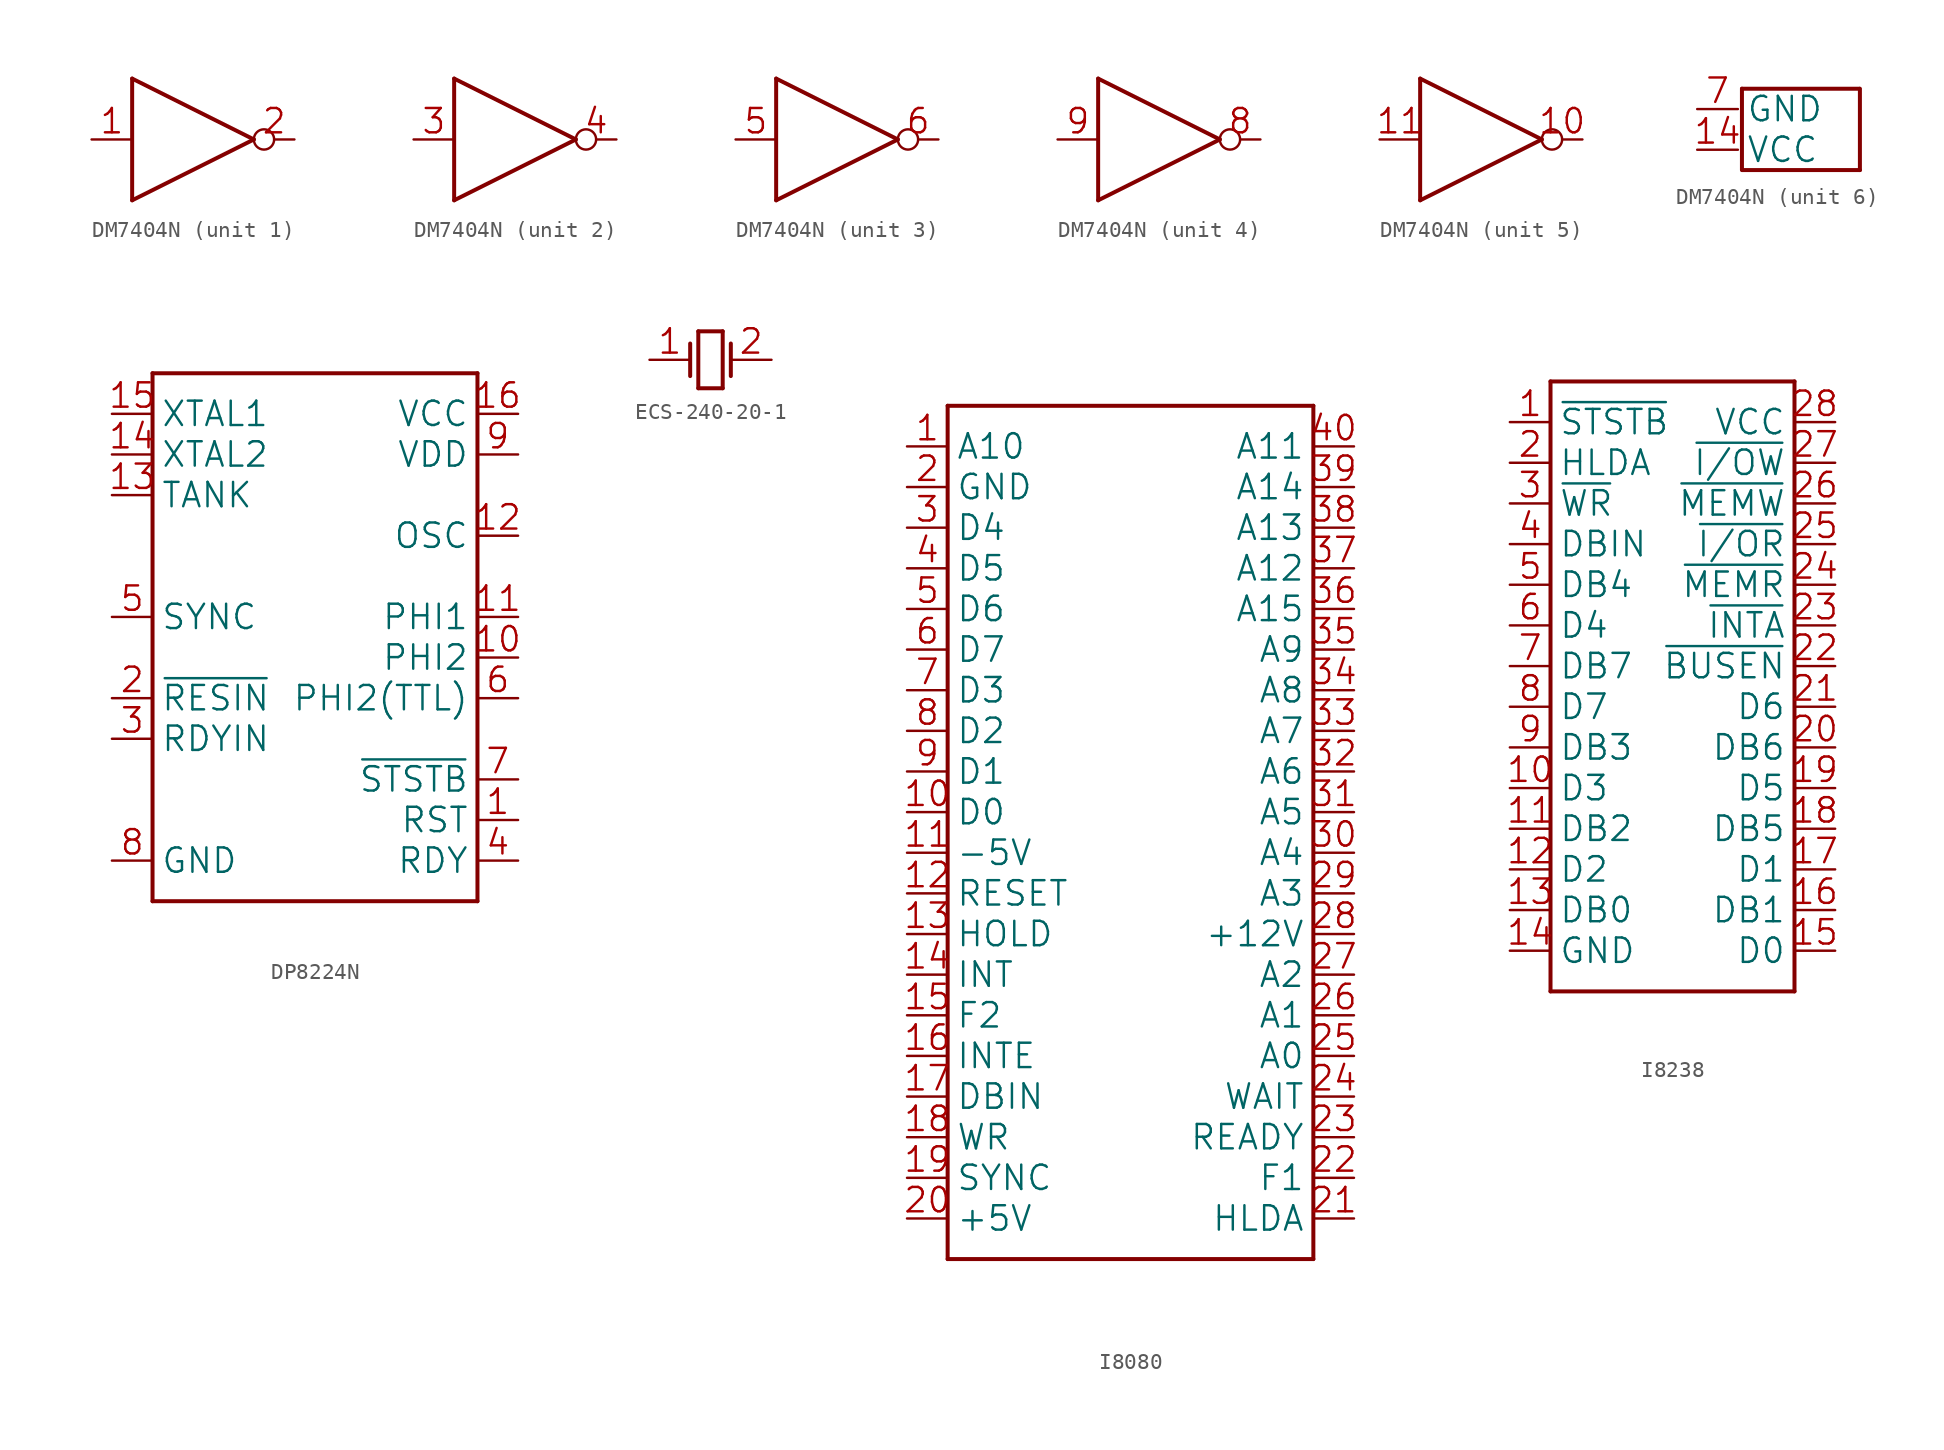
<source format=kicad_sym>
(kicad_symbol_lib
  (version 20241209)
  (generator "kicad_symbol_editor")
  (generator_version "9.0")
  (symbol "DM7404N"
    (property "Reference" "U"
      (at 0 0 0)
      (effects (font (size 1.27 1.27)) (hide yes)))
    (property "ki_locked" ""
      (at 0 0 0)
      (effects (font (size 1.27 1.27))))
    (symbol "DM7404N_1_0"
      (polyline (pts (xy -3.81 3.81) (xy 3.81 0)) (stroke (width 0.25) (type solid)) (fill (type none)))
      (polyline (pts (xy -3.81 -3.81) (xy -3.81 3.81)) (stroke (width 0.25) (type solid)) (fill (type none)))
      (polyline (pts (xy -3.81 -3.81) (xy 3.81 0)) (stroke (width 0.25) (type solid)) (fill (type none)))
      (pin input line (at -6.35 0 0) (length 2.54) (name "A" (effects (font (size 0 0)))) (number "1" (effects (font (size 1.524 1.524)))))
      (pin output inverted (at 6.35 0 180) (length 2.54) (name "Y" (effects (font (size 0 0)))) (number "2" (effects (font (size 1.524 1.524))))))
    (symbol "DM7404N_2_0"
      (polyline (pts (xy -3.81 3.81) (xy 3.81 0)) (stroke (width 0.25) (type solid)) (fill (type none)))
      (polyline (pts (xy -3.81 -3.81) (xy -3.81 3.81)) (stroke (width 0.25) (type solid)) (fill (type none)))
      (polyline (pts (xy -3.81 -3.81) (xy 3.81 0)) (stroke (width 0.25) (type solid)) (fill (type none)))
      (pin input line (at -6.35 0 0) (length 2.54) (name "A" (effects (font (size 0 0)))) (number "3" (effects (font (size 1.524 1.524)))))
      (pin output inverted (at 6.35 0 180) (length 2.54) (name "Y" (effects (font (size 0 0)))) (number "4" (effects (font (size 1.524 1.524))))))
    (symbol "DM7404N_3_0"
      (polyline (pts (xy -3.81 3.81) (xy 3.81 0)) (stroke (width 0.25) (type solid)) (fill (type none)))
      (polyline (pts (xy -3.81 -3.81) (xy -3.81 3.81)) (stroke (width 0.25) (type solid)) (fill (type none)))
      (polyline (pts (xy -3.81 -3.81) (xy 3.81 0)) (stroke (width 0.25) (type solid)) (fill (type none)))
      (pin input line (at -6.35 0 0) (length 2.54) (name "A" (effects (font (size 0 0)))) (number "5" (effects (font (size 1.524 1.524)))))
      (pin output inverted (at 6.35 0 180) (length 2.54) (name "Y" (effects (font (size 0 0)))) (number "6" (effects (font (size 1.524 1.524))))))
    (symbol "DM7404N_4_0"
      (polyline (pts (xy -3.81 3.81) (xy 3.81 0)) (stroke (width 0.25) (type solid)) (fill (type none)))
      (polyline (pts (xy -3.81 -3.81) (xy -3.81 3.81)) (stroke (width 0.25) (type solid)) (fill (type none)))
      (polyline (pts (xy -3.81 -3.81) (xy 3.81 0)) (stroke (width 0.25) (type solid)) (fill (type none)))
      (pin input line (at -6.35 0 0) (length 2.54) (name "A" (effects (font (size 0 0)))) (number "9" (effects (font (size 1.524 1.524)))))
      (pin output inverted (at 6.35 0 180) (length 2.54) (name "Y" (effects (font (size 0 0)))) (number "8" (effects (font (size 1.524 1.524))))))
    (symbol "DM7404N_5_0"
      (polyline (pts (xy -3.81 3.81) (xy 3.81 0)) (stroke (width 0.25) (type solid)) (fill (type none)))
      (polyline (pts (xy -3.81 -3.81) (xy -3.81 3.81)) (stroke (width 0.25) (type solid)) (fill (type none)))
      (polyline (pts (xy -3.81 -3.81) (xy 3.81 0)) (stroke (width 0.25) (type solid)) (fill (type none)))
      (pin input line (at -6.35 0 0) (length 2.54) (name "A" (effects (font (size 0 0)))) (number "11" (effects (font (size 1.524 1.524)))))
      (pin output inverted (at 6.35 0 180) (length 2.54) (name "Y" (effects (font (size 0 0)))) (number "10" (effects (font (size 1.524 1.524))))))
    (symbol "DM7404N_6_0"
      (polyline (pts (xy -3.556 2.54) (xy 3.778 2.54)) (stroke (width 0.25) (type solid)) (fill (type none)))
      (polyline (pts (xy -3.556 -2.54) (xy -3.556 2.54)) (stroke (width 0.25) (type solid)) (fill (type none)))
      (polyline (pts (xy 3.81 2.54) (xy 3.81 -2.54)) (stroke (width 0.25) (type solid)) (fill (type none)))
      (polyline (pts (xy 3.81 -2.54) (xy -3.524 -2.54)) (stroke (width 0.25) (type solid)) (fill (type none)))
      (pin power_in line (at -6.35 1.27 0) (length 2.54) (name "GND" (effects (font (size 1.524 1.524)))) (number "7" (effects (font (size 1.524 1.524)))))
      (pin power_in line (at -6.35 -1.27 0) (length 2.54) (name "VCC" (effects (font (size 1.524 1.524)))) (number "14" (effects (font (size 1.524 1.524)))))))
  (symbol "DP8224N"
    (property "Reference" "U"
      (at 0 0 0)
      (effects (font (size 1.27 1.27)) (hide yes)))
    (property "ki_locked" ""
      (at 0 0 0)
      (effects (font (size 1.27 1.27))))
    (symbol "DP8224N_1_0"
      (polyline (pts (xy -10.16 16.51) (xy 10.16 16.51)) (stroke (width 0.25) (type solid)) (fill (type none)))
      (polyline (pts (xy -10.16 -16.51) (xy -10.16 16.51)) (stroke (width 0.25) (type solid)) (fill (type none)))
      (polyline (pts (xy -10.16 -16.51) (xy 10.16 -16.51)) (stroke (width 0.25) (type solid)) (fill (type none)))
      (polyline (pts (xy 10.16 16.51) (xy 10.16 -16.51)) (stroke (width 0.25) (type solid)) (fill (type none)))
      (pin input line (at -12.7 13.97 0) (length 2.54) (name "XTAL1" (effects (font (size 1.524 1.524)))) (number "15" (effects (font (size 1.524 1.524)))))
      (pin input line (at -12.7 11.43 0) (length 2.54) (name "XTAL2" (effects (font (size 1.524 1.524)))) (number "14" (effects (font (size 1.524 1.524)))))
      (pin input line (at -12.7 8.89 0) (length 2.54) (name "TANK" (effects (font (size 1.524 1.524)))) (number "13" (effects (font (size 1.524 1.524)))))
      (pin input line (at -12.7 1.27 0) (length 2.54) (name "SYNC" (effects (font (size 1.524 1.524)))) (number "5" (effects (font (size 1.524 1.524)))))
      (pin input line (at -12.7 -3.81 0) (length 2.54) (name "~{RESIN}" (effects (font (size 1.524 1.524)))) (number "2" (effects (font (size 1.524 1.524)))))
      (pin input line (at -12.7 -6.35 0) (length 2.54) (name "RDYIN" (effects (font (size 1.524 1.524)))) (number "3" (effects (font (size 1.524 1.524)))))
      (pin power_in line (at -12.7 -13.97 0) (length 2.54) (name "GND" (effects (font (size 1.524 1.524)))) (number "8" (effects (font (size 1.524 1.524)))))
      (pin power_in line (at 12.7 13.97 180) (length 2.54) (name "VCC" (effects (font (size 1.524 1.524)))) (number "16" (effects (font (size 1.524 1.524)))))
      (pin power_in line (at 12.7 11.43 180) (length 2.54) (name "VDD" (effects (font (size 1.524 1.524)))) (number "9" (effects (font (size 1.524 1.524)))))
      (pin output line (at 12.7 6.35 180) (length 2.54) (name "OSC" (effects (font (size 1.524 1.524)))) (number "12" (effects (font (size 1.524 1.524)))))
      (pin output line (at 12.7 1.27 180) (length 2.54) (name "PHI1" (effects (font (size 1.524 1.524)))) (number "11" (effects (font (size 1.524 1.524)))))
      (pin output line (at 12.7 -1.27 180) (length 2.54) (name "PHI2" (effects (font (size 1.524 1.524)))) (number "10" (effects (font (size 1.524 1.524)))))
      (pin output line (at 12.7 -3.81 180) (length 2.54) (name "PHI2(TTL)" (effects (font (size 1.524 1.524)))) (number "6" (effects (font (size 1.524 1.524)))))
      (pin output line (at 12.7 -8.89 180) (length 2.54) (name "~{STSTB}" (effects (font (size 1.524 1.524)))) (number "7" (effects (font (size 1.524 1.524)))))
      (pin output line (at 12.7 -11.43 180) (length 2.54) (name "RST" (effects (font (size 1.524 1.524)))) (number "1" (effects (font (size 1.524 1.524)))))
      (pin output line (at 12.7 -13.97 180) (length 2.54) (name "RDY" (effects (font (size 1.524 1.524)))) (number "4" (effects (font (size 1.524 1.524)))))))
  (symbol "ECS-240-20-1"
    (property "Reference" "Y"
      (at 0 0 0)
      (effects (font (size 1.27 1.27)) (hide yes)))
    (property "ki_locked" ""
      (at 0 0 0)
      (effects (font (size 1.27 1.27))))
    (symbol "ECS-240-20-1_1_0"
      (polyline (pts (xy -1.27 1.016) (xy -1.27 -1.016)) (stroke (width 0.25) (type solid)) (fill (type none)))
      (polyline (pts (xy -0.762 1.778) (xy 0.762 1.778)) (stroke (width 0.25) (type solid)) (fill (type none)))
      (polyline (pts (xy -0.762 -1.778) (xy -0.762 1.778)) (stroke (width 0.25) (type solid)) (fill (type none)))
      (polyline (pts (xy 0.762 1.778) (xy 0.762 -1.778)) (stroke (width 0.25) (type solid)) (fill (type none)))
      (polyline (pts (xy 0.762 -1.778) (xy -0.762 -1.778)) (stroke (width 0.25) (type solid)) (fill (type none)))
      (polyline (pts (xy 1.27 1.016) (xy 1.27 -1.016)) (stroke (width 0.25) (type solid)) (fill (type none)))
      (pin passive line (at -3.81 0 0) (length 2.54) (name "OSC1" (effects (font (size 0 0)))) (number "1" (effects (font (size 1.524 1.524)))))
      (pin passive line (at 3.81 0 180) (length 2.54) (name "OSC2" (effects (font (size 0 0)))) (number "2" (effects (font (size 1.524 1.524)))))))
  (symbol "I8080"
    (property "Reference" "U"
      (at 0 0 0)
      (effects (font (size 1.27 1.27)) (hide yes)))
    (property "ki_locked" ""
      (at 0 0 0)
      (effects (font (size 1.27 1.27))))
    (symbol "I8080_1_0"
      (polyline (pts (xy -11.43 26.67) (xy 11.43 26.67)) (stroke (width 0.25) (type solid)) (fill (type none)))
      (polyline (pts (xy -11.43 -26.67) (xy -11.43 26.67)) (stroke (width 0.25) (type solid)) (fill (type none)))
      (polyline (pts (xy 11.43 26.67) (xy 11.43 -26.67)) (stroke (width 0.25) (type solid)) (fill (type none)))
      (polyline (pts (xy 11.43 -26.67) (xy -11.43 -26.67)) (stroke (width 0.25) (type solid)) (fill (type none)))
      (pin output line (at -13.97 24.13 0) (length 2.54) (name "A10" (effects (font (size 1.524 1.524)))) (number "1" (effects (font (size 1.524 1.524)))))
      (pin power_in line (at -13.97 21.59 0) (length 2.54) (name "GND" (effects (font (size 1.524 1.524)))) (number "2" (effects (font (size 1.524 1.524)))))
      (pin bidirectional line (at -13.97 19.05 0) (length 2.54) (name "D4" (effects (font (size 1.524 1.524)))) (number "3" (effects (font (size 1.524 1.524)))))
      (pin bidirectional line (at -13.97 16.51 0) (length 2.54) (name "D5" (effects (font (size 1.524 1.524)))) (number "4" (effects (font (size 1.524 1.524)))))
      (pin bidirectional line (at -13.97 13.97 0) (length 2.54) (name "D6" (effects (font (size 1.524 1.524)))) (number "5" (effects (font (size 1.524 1.524)))))
      (pin bidirectional line (at -13.97 11.43 0) (length 2.54) (name "D7" (effects (font (size 1.524 1.524)))) (number "6" (effects (font (size 1.524 1.524)))))
      (pin bidirectional line (at -13.97 8.89 0) (length 2.54) (name "D3" (effects (font (size 1.524 1.524)))) (number "7" (effects (font (size 1.524 1.524)))))
      (pin bidirectional line (at -13.97 6.35 0) (length 2.54) (name "D2" (effects (font (size 1.524 1.524)))) (number "8" (effects (font (size 1.524 1.524)))))
      (pin bidirectional line (at -13.97 3.81 0) (length 2.54) (name "D1" (effects (font (size 1.524 1.524)))) (number "9" (effects (font (size 1.524 1.524)))))
      (pin bidirectional line (at -13.97 1.27 0) (length 2.54) (name "D0" (effects (font (size 1.524 1.524)))) (number "10" (effects (font (size 1.524 1.524)))))
      (pin power_in line (at -13.97 -1.27 0) (length 2.54) (name "-5V" (effects (font (size 1.524 1.524)))) (number "11" (effects (font (size 1.524 1.524)))))
      (pin input line (at -13.97 -3.81 0) (length 2.54) (name "RESET" (effects (font (size 1.524 1.524)))) (number "12" (effects (font (size 1.524 1.524)))))
      (pin input line (at -13.97 -6.35 0) (length 2.54) (name "HOLD" (effects (font (size 1.524 1.524)))) (number "13" (effects (font (size 1.524 1.524)))))
      (pin input line (at -13.97 -8.89 0) (length 2.54) (name "INT" (effects (font (size 1.524 1.524)))) (number "14" (effects (font (size 1.524 1.524)))))
      (pin input line (at -13.97 -11.43 0) (length 2.54) (name "F2" (effects (font (size 1.524 1.524)))) (number "15" (effects (font (size 1.524 1.524)))))
      (pin output line (at -13.97 -13.97 0) (length 2.54) (name "INTE" (effects (font (size 1.524 1.524)))) (number "16" (effects (font (size 1.524 1.524)))))
      (pin output line (at -13.97 -16.51 0) (length 2.54) (name "DBIN" (effects (font (size 1.524 1.524)))) (number "17" (effects (font (size 1.524 1.524)))))
      (pin output line (at -13.97 -19.05 0) (length 2.54) (name "WR" (effects (font (size 1.524 1.524)))) (number "18" (effects (font (size 1.524 1.524)))))
      (pin output line (at -13.97 -21.59 0) (length 2.54) (name "SYNC" (effects (font (size 1.524 1.524)))) (number "19" (effects (font (size 1.524 1.524)))))
      (pin power_in line (at -13.97 -24.13 0) (length 2.54) (name "+5V" (effects (font (size 1.524 1.524)))) (number "20" (effects (font (size 1.524 1.524)))))
      (pin output line (at 13.97 24.13 180) (length 2.54) (name "A11" (effects (font (size 1.524 1.524)))) (number "40" (effects (font (size 1.524 1.524)))))
      (pin output line (at 13.97 21.59 180) (length 2.54) (name "A14" (effects (font (size 1.524 1.524)))) (number "39" (effects (font (size 1.524 1.524)))))
      (pin output line (at 13.97 19.05 180) (length 2.54) (name "A13" (effects (font (size 1.524 1.524)))) (number "38" (effects (font (size 1.524 1.524)))))
      (pin output line (at 13.97 16.51 180) (length 2.54) (name "A12" (effects (font (size 1.524 1.524)))) (number "37" (effects (font (size 1.524 1.524)))))
      (pin output line (at 13.97 13.97 180) (length 2.54) (name "A15" (effects (font (size 1.524 1.524)))) (number "36" (effects (font (size 1.524 1.524)))))
      (pin output line (at 13.97 11.43 180) (length 2.54) (name "A9" (effects (font (size 1.524 1.524)))) (number "35" (effects (font (size 1.524 1.524)))))
      (pin output line (at 13.97 8.89 180) (length 2.54) (name "A8" (effects (font (size 1.524 1.524)))) (number "34" (effects (font (size 1.524 1.524)))))
      (pin output line (at 13.97 6.35 180) (length 2.54) (name "A7" (effects (font (size 1.524 1.524)))) (number "33" (effects (font (size 1.524 1.524)))))
      (pin output line (at 13.97 3.81 180) (length 2.54) (name "A6" (effects (font (size 1.524 1.524)))) (number "32" (effects (font (size 1.524 1.524)))))
      (pin output line (at 13.97 1.27 180) (length 2.54) (name "A5" (effects (font (size 1.524 1.524)))) (number "31" (effects (font (size 1.524 1.524)))))
      (pin output line (at 13.97 -1.27 180) (length 2.54) (name "A4" (effects (font (size 1.524 1.524)))) (number "30" (effects (font (size 1.524 1.524)))))
      (pin output line (at 13.97 -3.81 180) (length 2.54) (name "A3" (effects (font (size 1.524 1.524)))) (number "29" (effects (font (size 1.524 1.524)))))
      (pin power_in line (at 13.97 -6.35 180) (length 2.54) (name "+12V" (effects (font (size 1.524 1.524)))) (number "28" (effects (font (size 1.524 1.524)))))
      (pin output line (at 13.97 -8.89 180) (length 2.54) (name "A2" (effects (font (size 1.524 1.524)))) (number "27" (effects (font (size 1.524 1.524)))))
      (pin output line (at 13.97 -11.43 180) (length 2.54) (name "A1" (effects (font (size 1.524 1.524)))) (number "26" (effects (font (size 1.524 1.524)))))
      (pin output line (at 13.97 -13.97 180) (length 2.54) (name "A0" (effects (font (size 1.524 1.524)))) (number "25" (effects (font (size 1.524 1.524)))))
      (pin output line (at 13.97 -16.51 180) (length 2.54) (name "WAIT" (effects (font (size 1.524 1.524)))) (number "24" (effects (font (size 1.524 1.524)))))
      (pin input line (at 13.97 -19.05 180) (length 2.54) (name "READY" (effects (font (size 1.524 1.524)))) (number "23" (effects (font (size 1.524 1.524)))))
      (pin input line (at 13.97 -21.59 180) (length 2.54) (name "F1" (effects (font (size 1.524 1.524)))) (number "22" (effects (font (size 1.524 1.524)))))
      (pin output line (at 13.97 -24.13 180) (length 2.54) (name "HLDA" (effects (font (size 1.524 1.524)))) (number "21" (effects (font (size 1.524 1.524)))))))
  (symbol "I8238"
    (property "Reference" "U"
      (at 0 0 0)
      (effects (font (size 1.27 1.27)) (hide yes)))
    (property "ki_locked" ""
      (at 0 0 0)
      (effects (font (size 1.27 1.27))))
    (symbol "I8238_1_0"
      (polyline (pts (xy -7.62 26.67) (xy 7.62 26.67)) (stroke (width 0.25) (type solid)) (fill (type none)))
      (polyline (pts (xy -7.62 -11.43) (xy -7.62 26.67)) (stroke (width 0.25) (type solid)) (fill (type none)))
      (polyline (pts (xy 7.62 26.67) (xy 7.62 -11.43)) (stroke (width 0.25) (type solid)) (fill (type none)))
      (polyline (pts (xy 7.62 -11.43) (xy -7.62 -11.43)) (stroke (width 0.25) (type solid)) (fill (type none)))
      (pin input line (at -10.16 24.13 0) (length 2.54) (name "~{STSTB}" (effects (font (size 1.524 1.524)))) (number "1" (effects (font (size 1.524 1.524)))))
      (pin input line (at -10.16 21.59 0) (length 2.54) (name "HLDA" (effects (font (size 1.524 1.524)))) (number "2" (effects (font (size 1.524 1.524)))))
      (pin input line (at -10.16 19.05 0) (length 2.54) (name "~{WR}" (effects (font (size 1.524 1.524)))) (number "3" (effects (font (size 1.524 1.524)))))
      (pin input line (at -10.16 16.51 0) (length 2.54) (name "DBIN" (effects (font (size 1.524 1.524)))) (number "4" (effects (font (size 1.524 1.524)))))
      (pin bidirectional line (at -10.16 13.97 0) (length 2.54) (name "DB4" (effects (font (size 1.524 1.524)))) (number "5" (effects (font (size 1.524 1.524)))))
      (pin bidirectional line (at -10.16 11.43 0) (length 2.54) (name "D4" (effects (font (size 1.524 1.524)))) (number "6" (effects (font (size 1.524 1.524)))))
      (pin bidirectional line (at -10.16 8.89 0) (length 2.54) (name "DB7" (effects (font (size 1.524 1.524)))) (number "7" (effects (font (size 1.524 1.524)))))
      (pin bidirectional line (at -10.16 6.35 0) (length 2.54) (name "D7" (effects (font (size 1.524 1.524)))) (number "8" (effects (font (size 1.524 1.524)))))
      (pin bidirectional line (at -10.16 3.81 0) (length 2.54) (name "DB3" (effects (font (size 1.524 1.524)))) (number "9" (effects (font (size 1.524 1.524)))))
      (pin bidirectional line (at -10.16 1.27 0) (length 2.54) (name "D3" (effects (font (size 1.524 1.524)))) (number "10" (effects (font (size 1.524 1.524)))))
      (pin bidirectional line (at -10.16 -1.27 0) (length 2.54) (name "DB2" (effects (font (size 1.524 1.524)))) (number "11" (effects (font (size 1.524 1.524)))))
      (pin bidirectional line (at -10.16 -3.81 0) (length 2.54) (name "D2" (effects (font (size 1.524 1.524)))) (number "12" (effects (font (size 1.524 1.524)))))
      (pin bidirectional line (at -10.16 -6.35 0) (length 2.54) (name "DB0" (effects (font (size 1.524 1.524)))) (number "13" (effects (font (size 1.524 1.524)))))
      (pin power_in line (at -10.16 -8.89 0) (length 2.54) (name "GND" (effects (font (size 1.524 1.524)))) (number "14" (effects (font (size 1.524 1.524)))))
      (pin power_in line (at 10.16 24.13 180) (length 2.54) (name "VCC" (effects (font (size 1.524 1.524)))) (number "28" (effects (font (size 1.524 1.524)))))
      (pin output line (at 10.16 21.59 180) (length 2.54) (name "~{I/OW}" (effects (font (size 1.524 1.524)))) (number "27" (effects (font (size 1.524 1.524)))))
      (pin output line (at 10.16 19.05 180) (length 2.54) (name "~{MEMW}" (effects (font (size 1.524 1.524)))) (number "26" (effects (font (size 1.524 1.524)))))
      (pin output line (at 10.16 16.51 180) (length 2.54) (name "~{I/OR}" (effects (font (size 1.524 1.524)))) (number "25" (effects (font (size 1.524 1.524)))))
      (pin output line (at 10.16 13.97 180) (length 2.54) (name "~{MEMR}" (effects (font (size 1.524 1.524)))) (number "24" (effects (font (size 1.524 1.524)))))
      (pin output line (at 10.16 11.43 180) (length 2.54) (name "~{INTA}" (effects (font (size 1.524 1.524)))) (number "23" (effects (font (size 1.524 1.524)))))
      (pin input line (at 10.16 8.89 180) (length 2.54) (name "~{BUSEN}" (effects (font (size 1.524 1.524)))) (number "22" (effects (font (size 1.524 1.524)))))
      (pin bidirectional line (at 10.16 6.35 180) (length 2.54) (name "D6" (effects (font (size 1.524 1.524)))) (number "21" (effects (font (size 1.524 1.524)))))
      (pin bidirectional line (at 10.16 3.81 180) (length 2.54) (name "DB6" (effects (font (size 1.524 1.524)))) (number "20" (effects (font (size 1.524 1.524)))))
      (pin bidirectional line (at 10.16 1.27 180) (length 2.54) (name "D5" (effects (font (size 1.524 1.524)))) (number "19" (effects (font (size 1.524 1.524)))))
      (pin bidirectional line (at 10.16 -1.27 180) (length 2.54) (name "DB5" (effects (font (size 1.524 1.524)))) (number "18" (effects (font (size 1.524 1.524)))))
      (pin bidirectional line (at 10.16 -3.81 180) (length 2.54) (name "D1" (effects (font (size 1.524 1.524)))) (number "17" (effects (font (size 1.524 1.524)))))
      (pin bidirectional line (at 10.16 -6.35 180) (length 2.54) (name "DB1" (effects (font (size 1.524 1.524)))) (number "16" (effects (font (size 1.524 1.524)))))
      (pin bidirectional line (at 10.16 -8.89 180) (length 2.54) (name "D0" (effects (font (size 1.524 1.524)))) (number "15" (effects (font (size 1.524 1.524))))))))
</source>
